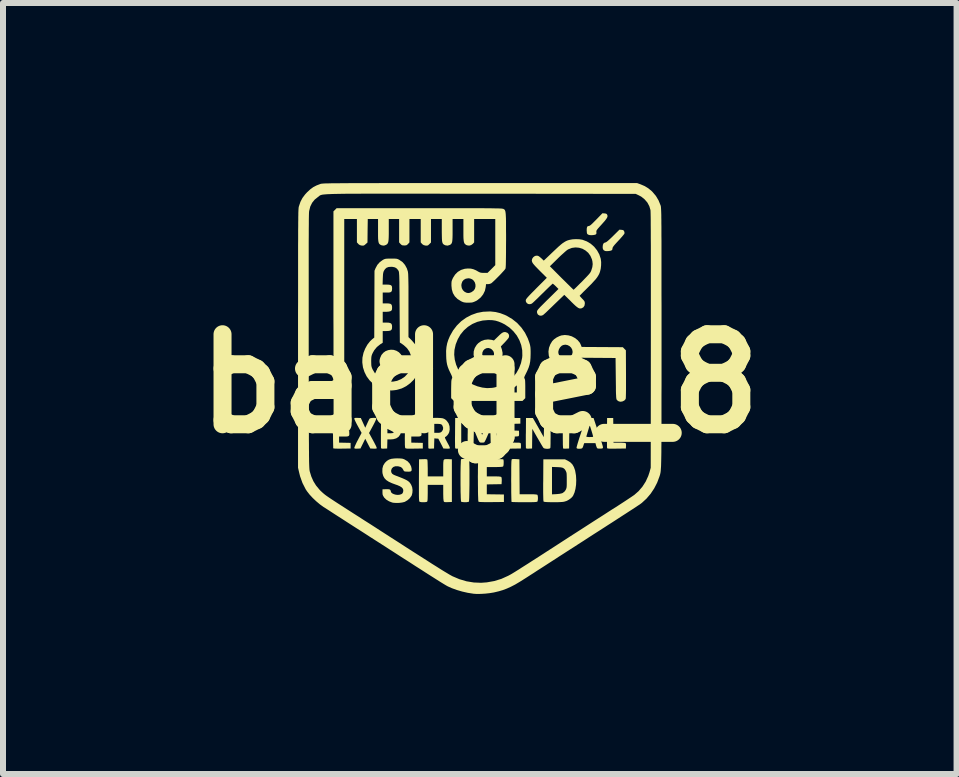
<source format=kicad_pcb>
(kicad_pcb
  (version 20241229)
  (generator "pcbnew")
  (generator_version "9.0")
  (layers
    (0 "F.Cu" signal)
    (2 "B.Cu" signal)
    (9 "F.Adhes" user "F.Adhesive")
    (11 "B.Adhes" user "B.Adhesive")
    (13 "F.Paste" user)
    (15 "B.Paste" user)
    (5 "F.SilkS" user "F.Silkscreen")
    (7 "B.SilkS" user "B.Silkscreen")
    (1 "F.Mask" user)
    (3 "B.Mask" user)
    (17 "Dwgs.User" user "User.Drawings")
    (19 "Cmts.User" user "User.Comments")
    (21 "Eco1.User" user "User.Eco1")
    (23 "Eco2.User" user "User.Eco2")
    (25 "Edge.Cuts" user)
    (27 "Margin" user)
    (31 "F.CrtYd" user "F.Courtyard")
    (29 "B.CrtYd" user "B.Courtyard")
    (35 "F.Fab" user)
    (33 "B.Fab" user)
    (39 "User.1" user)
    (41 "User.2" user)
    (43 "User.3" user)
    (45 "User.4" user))
  (footprint "badge_8"
    (layer "F.Cu")
    (at 4.943 3.34)
    (property "Reference" "badge_8" (at 0 0 0) (layer "F.SilkS") (effects (font (size 1.5 1.5) (thickness 0.3))))
    (attr board_only exclude_from_pos_files exclude_from_bom)
    (fp_poly (pts (xy -0.309 0.828) (xy -0.309 1.082) (xy -0.358 1.084) (xy -0.388 1.085) (xy -0.405 1.081) (xy -0.41 1.077) (xy -0.411 1.066) (xy -0.412 1.043) (xy -0.412 1.007) (xy -0.413 0.962) (xy -0.413 0.909) (xy -0.412 0.851) (xy -0.412 0.82) (xy -0.41 0.574) (xy -0.359 0.574) (xy -0.309 0.574)) (stroke (width 0) (type solid)) (fill yes) (layer "F.SilkS"))
    (fp_poly (pts (xy 1.44 0.572) (xy 1.629 0.574) (xy 1.629 0.621) (xy 1.629 0.668) (xy 1.561 0.67) (xy 1.493 0.673) (xy 1.49 0.877) (xy 1.488 1.082) (xy 1.441 1.084) (xy 1.415 1.085) (xy 1.396 1.083) (xy 1.388 1.081) (xy 1.387 1.072) (xy 1.386 1.05) (xy 1.384 1.016) (xy 1.384 0.973) (xy 1.383 0.922) (xy 1.383 0.874) (xy 1.383 0.672) (xy 1.32 0.672) (xy 1.286 0.671) (xy 1.265 0.667) (xy 1.253 0.657) (xy 1.248 0.638) (xy 1.248 0.607) (xy 1.249 0.592) (xy 1.25 0.57)) (stroke (width 0) (type solid)) (fill yes) (layer "F.SilkS"))
    (fp_poly (pts (xy -1.433 -0.561) (xy -1.388 -0.546) (xy -1.347 -0.521) (xy -1.313 -0.485) (xy -1.291 -0.446) (xy -1.282 -0.414) (xy -1.28 -0.374) (xy -1.282 -0.334) (xy -1.29 -0.3) (xy -1.292 -0.296) (xy -1.319 -0.252) (xy -1.357 -0.216) (xy -1.401 -0.191) (xy -1.45 -0.177) (xy -1.501 -0.177) (xy -1.518 -0.18) (xy -1.569 -0.2) (xy -1.611 -0.232) (xy -1.643 -0.274) (xy -1.66 -0.313) (xy -1.668 -0.346) (xy -1.671 -0.372) (xy -1.668 -0.397) (xy -1.66 -0.427) (xy -1.639 -0.475) (xy -1.608 -0.512) (xy -1.57 -0.54) (xy -1.526 -0.557) (xy -1.48 -0.564)) (stroke (width 0) (type solid)) (fill yes) (layer "F.SilkS"))
    (fp_poly (pts (xy 2.225 0.779) (xy 2.227 0.984) (xy 2.323 0.985) (xy 2.36 0.985) (xy 2.393 0.987) (xy 2.417 0.989) (xy 2.428 0.991) (xy 2.428 0.991) (xy 2.435 1.004) (xy 2.437 1.03) (xy 2.436 1.04) (xy 2.434 1.082) (xy 2.279 1.084) (xy 2.224 1.085) (xy 2.182 1.085) (xy 2.153 1.084) (xy 2.134 1.082) (xy 2.124 1.079) (xy 2.121 1.076) (xy 2.12 1.066) (xy 2.119 1.043) (xy 2.119 1.007) (xy 2.119 0.962) (xy 2.119 0.909) (xy 2.119 0.851) (xy 2.119 0.82) (xy 2.121 0.574) (xy 2.172 0.574) (xy 2.223 0.574)) (stroke (width 0) (type solid)) (fill yes) (layer "F.SilkS"))
    (fp_poly (pts (xy 2.361 -2.561) (xy 2.384 -2.558) (xy 2.397 -2.55) (xy 2.405 -2.537) (xy 2.411 -2.516) (xy 2.41 -2.499) (xy 2.403 -2.488) (xy 2.387 -2.468) (xy 2.364 -2.441) (xy 2.336 -2.409) (xy 2.308 -2.379) (xy 2.272 -2.34) (xy 2.246 -2.311) (xy 2.229 -2.29) (xy 2.218 -2.273) (xy 2.212 -2.261) (xy 2.211 -2.251) (xy 2.206 -2.228) (xy 2.195 -2.219) (xy 2.175 -2.212) (xy 2.147 -2.208) (xy 2.117 -2.206) (xy 2.093 -2.208) (xy 2.09 -2.208) (xy 2.065 -2.221) (xy 2.051 -2.242) (xy 2.047 -2.273) (xy 2.051 -2.311) (xy 2.063 -2.337) (xy 2.083 -2.349) (xy 2.09 -2.35) (xy 2.102 -2.354) (xy 2.117 -2.364) (xy 2.138 -2.381) (xy 2.167 -2.407) (xy 2.204 -2.442) (xy 2.22 -2.458) (xy 2.327 -2.564)) (stroke (width 0) (type solid)) (fill yes) (layer "F.SilkS"))
    (fp_poly (pts (xy -0.955 0.619) (xy -0.957 0.668) (xy -1.049 0.67) (xy -1.141 0.672) (xy -1.141 0.727) (xy -1.141 0.781) (xy -1.057 0.783) (xy -0.973 0.785) (xy -0.97 0.823) (xy -0.97 0.848) (xy -0.974 0.865) (xy -0.984 0.875) (xy -1.004 0.881) (xy -1.035 0.883) (xy -1.064 0.883) (xy -1.141 0.883) (xy -1.141 0.933) (xy -1.141 0.984) (xy -1.045 0.986) (xy -0.949 0.988) (xy -0.949 1.035) (xy -0.949 1.082) (xy -1.091 1.084) (xy -1.143 1.085) (xy -1.182 1.085) (xy -1.21 1.084) (xy -1.228 1.081) (xy -1.238 1.078) (xy -1.241 1.075) (xy -1.244 1.067) (xy -1.246 1.048) (xy -1.248 1.017) (xy -1.248 0.975) (xy -1.249 0.918) (xy -1.248 0.848) (xy -1.248 0.819) (xy -1.246 0.574) (xy -1.099 0.572) (xy -0.952 0.57)) (stroke (width 0) (type solid)) (fill yes) (layer "F.SilkS"))
    (fp_poly (pts (xy 2.078 -2.835) (xy 2.102 -2.831) (xy 2.115 -2.824) (xy 2.123 -2.811) (xy 2.128 -2.796) (xy 2.127 -2.781) (xy 2.12 -2.762) (xy 2.105 -2.739) (xy 2.082 -2.709) (xy 2.049 -2.672) (xy 2.025 -2.645) (xy 1.993 -2.61) (xy 1.97 -2.584) (xy 1.955 -2.565) (xy 1.946 -2.551) (xy 1.942 -2.54) (xy 1.942 -2.53) (xy 1.943 -2.523) (xy 1.943 -2.499) (xy 1.935 -2.486) (xy 1.918 -2.479) (xy 1.892 -2.474) (xy 1.862 -2.472) (xy 1.833 -2.473) (xy 1.817 -2.477) (xy 1.8 -2.484) (xy 1.789 -2.495) (xy 1.784 -2.513) (xy 1.782 -2.541) (xy 1.781 -2.555) (xy 1.783 -2.59) (xy 1.789 -2.611) (xy 1.8 -2.622) (xy 1.819 -2.625) (xy 1.829 -2.629) (xy 1.846 -2.64) (xy 1.869 -2.66) (xy 1.9 -2.691) (xy 1.94 -2.731) (xy 2.043 -2.837)) (stroke (width 0) (type solid)) (fill yes) (layer "F.SilkS"))
    (fp_poly (pts (xy -0.245 1.256) (xy -0.217 1.258) (xy -0.194 1.261) (xy -0.18 1.266) (xy -0.179 1.267) (xy -0.177 1.278) (xy -0.175 1.302) (xy -0.174 1.338) (xy -0.173 1.383) (xy -0.172 1.436) (xy -0.172 1.495) (xy -0.172 1.557) (xy -0.172 1.622) (xy -0.172 1.686) (xy -0.173 1.748) (xy -0.174 1.806) (xy -0.175 1.858) (xy -0.176 1.902) (xy -0.178 1.937) (xy -0.179 1.959) (xy -0.181 1.967) (xy -0.194 1.972) (xy -0.219 1.976) (xy -0.246 1.977) (xy -0.278 1.975) (xy -0.301 1.972) (xy -0.311 1.967) (xy -0.313 1.957) (xy -0.315 1.934) (xy -0.317 1.899) (xy -0.318 1.854) (xy -0.32 1.801) (xy -0.32 1.743) (xy -0.321 1.681) (xy -0.321 1.616) (xy -0.321 1.552) (xy -0.321 1.489) (xy -0.32 1.43) (xy -0.319 1.377) (xy -0.317 1.332) (xy -0.316 1.296) (xy -0.314 1.272) (xy -0.312 1.261) (xy -0.311 1.261) (xy -0.297 1.257) (xy -0.273 1.256)) (stroke (width 0) (type solid)) (fill yes) (layer "F.SilkS"))
    (fp_poly (pts (xy 0.676 0.621) (xy 0.676 0.668) (xy 0.584 0.67) (xy 0.492 0.672) (xy 0.492 0.727) (xy 0.492 0.781) (xy 0.572 0.783) (xy 0.652 0.785) (xy 0.655 0.827) (xy 0.654 0.858) (xy 0.649 0.874) (xy 0.647 0.876) (xy 0.635 0.879) (xy 0.612 0.881) (xy 0.581 0.883) (xy 0.564 0.883) (xy 0.492 0.883) (xy 0.492 0.934) (xy 0.492 0.984) (xy 0.586 0.984) (xy 0.625 0.985) (xy 0.652 0.985) (xy 0.668 0.987) (xy 0.678 0.99) (xy 0.682 0.996) (xy 0.684 1.003) (xy 0.686 1.023) (xy 0.686 1.048) (xy 0.686 1.052) (xy 0.684 1.082) (xy 0.537 1.084) (xy 0.483 1.085) (xy 0.443 1.085) (xy 0.415 1.083) (xy 0.397 1.081) (xy 0.388 1.078) (xy 0.386 1.076) (xy 0.386 1.066) (xy 0.385 1.043) (xy 0.384 1.007) (xy 0.384 0.962) (xy 0.384 0.909) (xy 0.384 0.851) (xy 0.385 0.82) (xy 0.387 0.574) (xy 0.531 0.574) (xy 0.676 0.574)) (stroke (width 0) (type solid)) (fill yes) (layer "F.SilkS"))
    (fp_poly (pts (xy 0.6 1.258) (xy 0.603 1.258) (xy 0.66 1.262) (xy 0.662 1.553) (xy 0.664 1.844) (xy 0.807 1.844) (xy 0.865 1.844) (xy 0.908 1.845) (xy 0.937 1.848) (xy 0.955 1.851) (xy 0.959 1.853) (xy 0.965 1.866) (xy 0.968 1.889) (xy 0.969 1.91) (xy 0.967 1.938) (xy 0.963 1.959) (xy 0.959 1.967) (xy 0.951 1.97) (xy 0.933 1.973) (xy 0.904 1.975) (xy 0.863 1.976) (xy 0.808 1.976) (xy 0.742 1.977) (xy 0.686 1.976) (xy 0.636 1.976) (xy 0.593 1.975) (xy 0.559 1.974) (xy 0.537 1.973) (xy 0.529 1.971) (xy 0.528 1.963) (xy 0.527 1.94) (xy 0.526 1.905) (xy 0.525 1.859) (xy 0.524 1.804) (xy 0.524 1.741) (xy 0.524 1.672) (xy 0.523 1.616) (xy 0.524 1.532) (xy 0.524 1.461) (xy 0.524 1.404) (xy 0.525 1.358) (xy 0.526 1.323) (xy 0.527 1.297) (xy 0.529 1.279) (xy 0.531 1.268) (xy 0.533 1.262) (xy 0.535 1.26) (xy 0.548 1.258) (xy 0.571 1.257)) (stroke (width 0) (type solid)) (fill yes) (layer "F.SilkS"))
    (fp_poly (pts (xy 1.152 0.572) (xy 1.169 0.576) (xy 1.173 0.58) (xy 1.175 0.59) (xy 1.176 0.613) (xy 1.177 0.647) (xy 1.178 0.69) (xy 1.179 0.739) (xy 1.179 0.792) (xy 1.18 0.846) (xy 1.18 0.9) (xy 1.179 0.95) (xy 1.179 0.995) (xy 1.178 1.032) (xy 1.177 1.059) (xy 1.175 1.073) (xy 1.175 1.074) (xy 1.165 1.082) (xy 1.144 1.086) (xy 1.118 1.087) (xy 1.092 1.084) (xy 1.071 1.079) (xy 1.061 1.072) (xy 1.054 1.062) (xy 1.04 1.04) (xy 1.021 1.008) (xy 0.999 0.97) (xy 0.974 0.927) (xy 0.962 0.907) (xy 0.875 0.754) (xy 0.873 0.918) (xy 0.871 1.082) (xy 0.822 1.084) (xy 0.792 1.085) (xy 0.775 1.081) (xy 0.769 1.077) (xy 0.768 1.066) (xy 0.768 1.043) (xy 0.767 1.007) (xy 0.767 0.962) (xy 0.767 0.909) (xy 0.767 0.851) (xy 0.768 0.82) (xy 0.77 0.574) (xy 0.827 0.574) (xy 0.885 0.574) (xy 0.976 0.733) (xy 1.066 0.893) (xy 1.07 0.733) (xy 1.074 0.574) (xy 1.12 0.572)) (stroke (width 0) (type solid)) (fill yes) (layer "F.SilkS"))
    (fp_poly (pts (xy -2.334 0.572) (xy -2.299 0.572) (xy -2.152 0.574) (xy -2.15 0.612) (xy -2.149 0.636) (xy -2.152 0.652) (xy -2.162 0.663) (xy -2.179 0.669) (xy -2.207 0.671) (xy -2.249 0.672) (xy -2.255 0.672) (xy -2.344 0.672) (xy -2.344 0.726) (xy -2.344 0.781) (xy -2.26 0.783) (xy -2.176 0.785) (xy -2.174 0.823) (xy -2.173 0.848) (xy -2.177 0.865) (xy -2.187 0.875) (xy -2.207 0.881) (xy -2.238 0.883) (xy -2.267 0.883) (xy -2.344 0.883) (xy -2.344 0.933) (xy -2.344 0.984) (xy -2.248 0.986) (xy -2.152 0.988) (xy -2.152 1.035) (xy -2.152 1.082) (xy -2.294 1.084) (xy -2.34 1.085) (xy -2.38 1.084) (xy -2.412 1.083) (xy -2.433 1.081) (xy -2.441 1.079) (xy -2.442 1.071) (xy -2.442 1.049) (xy -2.443 1.016) (xy -2.444 0.973) (xy -2.445 0.925) (xy -2.445 0.872) (xy -2.446 0.816) (xy -2.446 0.761) (xy -2.446 0.708) (xy -2.446 0.66) (xy -2.446 0.619) (xy -2.446 0.586) (xy -2.446 0.58) (xy -2.442 0.576) (xy -2.431 0.574) (xy -2.41 0.572) (xy -2.379 0.572)) (stroke (width 0) (type solid)) (fill yes) (layer "F.SilkS"))
    (fp_poly (pts (xy -1.465 0.571) (xy -1.443 0.573) (xy -1.426 0.576) (xy -1.411 0.582) (xy -1.394 0.59) (xy -1.39 0.592) (xy -1.351 0.621) (xy -1.323 0.659) (xy -1.308 0.707) (xy -1.305 0.746) (xy -1.31 0.804) (xy -1.327 0.852) (xy -1.354 0.888) (xy -1.392 0.913) (xy -1.441 0.927) (xy -1.482 0.93) (xy -1.539 0.93) (xy -1.541 1.006) (xy -1.543 1.082) (xy -1.592 1.084) (xy -1.622 1.085) (xy -1.639 1.081) (xy -1.645 1.077) (xy -1.646 1.066) (xy -1.646 1.043) (xy -1.647 1.007) (xy -1.647 0.962) (xy -1.647 0.909) (xy -1.647 0.851) (xy -1.647 0.82) (xy -1.646 0.75) (xy -1.539 0.75) (xy -1.539 0.828) (xy -1.493 0.828) (xy -1.466 0.827) (xy -1.449 0.824) (xy -1.437 0.815) (xy -1.43 0.807) (xy -1.419 0.79) (xy -1.415 0.772) (xy -1.416 0.745) (xy -1.416 0.743) (xy -1.422 0.709) (xy -1.436 0.687) (xy -1.458 0.676) (xy -1.493 0.672) (xy -1.497 0.672) (xy -1.539 0.672) (xy -1.539 0.75) (xy -1.646 0.75) (xy -1.645 0.574) (xy -1.539 0.572) (xy -1.496 0.571)) (stroke (width 0) (type solid)) (fill yes) (layer "F.SilkS"))
    (fp_poly (pts (xy -1.732 0.574) (xy -1.725 0.577) (xy -1.723 0.583) (xy -1.727 0.595) (xy -1.735 0.614) (xy -1.748 0.642) (xy -1.767 0.679) (xy -1.793 0.728) (xy -1.826 0.789) (xy -1.828 0.793) (xy -1.845 0.824) (xy -1.777 0.948) (xy -1.75 0.999) (xy -1.73 1.038) (xy -1.719 1.064) (xy -1.716 1.078) (xy -1.717 1.079) (xy -1.728 1.083) (xy -1.75 1.085) (xy -1.774 1.084) (xy -1.824 1.082) (xy -1.866 1.001) (xy -1.908 0.919) (xy -1.948 1.001) (xy -1.988 1.082) (xy -2.037 1.084) (xy -2.066 1.085) (xy -2.082 1.082) (xy -2.09 1.076) (xy -2.091 1.075) (xy -2.089 1.064) (xy -2.08 1.042) (xy -2.066 1.01) (xy -2.048 0.972) (xy -2.032 0.942) (xy -1.969 0.822) (xy -2.032 0.708) (xy -2.055 0.665) (xy -2.073 0.629) (xy -2.085 0.602) (xy -2.091 0.585) (xy -2.091 0.582) (xy -2.085 0.575) (xy -2.072 0.572) (xy -2.047 0.571) (xy -2.034 0.572) (xy -1.982 0.574) (xy -1.945 0.655) (xy -1.908 0.736) (xy -1.876 0.667) (xy -1.862 0.636) (xy -1.849 0.609) (xy -1.84 0.591) (xy -1.837 0.586) (xy -1.826 0.579) (xy -1.805 0.574) (xy -1.779 0.572) (xy -1.753 0.571)) (stroke (width 0) (type solid)) (fill yes) (layer "F.SilkS"))
    (fp_poly (pts (xy -0.527 1.259) (xy -0.465 1.262) (xy -0.465 1.617) (xy -0.465 1.973) (xy -0.529 1.975) (xy -0.561 1.976) (xy -0.581 1.975) (xy -0.592 1.972) (xy -0.598 1.966) (xy -0.602 1.957) (xy -0.604 1.942) (xy -0.607 1.915) (xy -0.608 1.879) (xy -0.609 1.837) (xy -0.609 1.812) (xy -0.609 1.688) (xy -0.738 1.688) (xy -0.867 1.688) (xy -0.867 1.823) (xy -0.868 1.879) (xy -0.869 1.921) (xy -0.871 1.949) (xy -0.875 1.964) (xy -0.877 1.967) (xy -0.89 1.973) (xy -0.914 1.976) (xy -0.942 1.977) (xy -0.97 1.976) (xy -0.994 1.972) (xy -1.007 1.966) (xy -1.007 1.966) (xy -1.009 1.958) (xy -1.011 1.94) (xy -1.013 1.91) (xy -1.014 1.868) (xy -1.014 1.813) (xy -1.014 1.745) (xy -1.014 1.663) (xy -1.014 1.609) (xy -1.012 1.262) (xy -0.946 1.26) (xy -0.91 1.259) (xy -0.887 1.261) (xy -0.875 1.266) (xy -0.874 1.267) (xy -0.872 1.278) (xy -0.87 1.302) (xy -0.869 1.336) (xy -0.868 1.377) (xy -0.867 1.412) (xy -0.867 1.547) (xy -0.738 1.547) (xy -0.609 1.547) (xy -0.609 1.416) (xy -0.609 1.361) (xy -0.608 1.32) (xy -0.605 1.292) (xy -0.602 1.275) (xy -0.599 1.271) (xy -0.592 1.264) (xy -0.579 1.26) (xy -0.558 1.259)) (stroke (width 0) (type solid)) (fill yes) (layer "F.SilkS"))
    (fp_poly (pts (xy -0.653 0.574) (xy -0.621 0.578) (xy -0.595 0.587) (xy -0.573 0.6) (xy -0.553 0.618) (xy -0.55 0.621) (xy -0.52 0.663) (xy -0.504 0.711) (xy -0.501 0.765) (xy -0.509 0.808) (xy -0.52 0.833) (xy -0.538 0.859) (xy -0.559 0.88) (xy -0.578 0.892) (xy -0.581 0.897) (xy -0.578 0.909) (xy -0.568 0.931) (xy -0.551 0.963) (xy -0.54 0.984) (xy -0.518 1.024) (xy -0.504 1.054) (xy -0.498 1.073) (xy -0.498 1.079) (xy -0.509 1.083) (xy -0.531 1.085) (xy -0.556 1.084) (xy -0.606 1.082) (xy -0.648 1) (xy -0.691 0.918) (xy -0.724 0.916) (xy -0.757 0.913) (xy -0.76 0.998) (xy -0.762 1.082) (xy -0.807 1.084) (xy -0.836 1.085) (xy -0.852 1.081) (xy -0.856 1.077) (xy -0.857 1.066) (xy -0.857 1.043) (xy -0.858 1.007) (xy -0.858 0.962) (xy -0.858 0.909) (xy -0.858 0.851) (xy -0.858 0.82) (xy -0.857 0.746) (xy -0.758 0.746) (xy -0.758 0.82) (xy -0.706 0.82) (xy -0.678 0.82) (xy -0.659 0.816) (xy -0.645 0.809) (xy -0.632 0.798) (xy -0.614 0.769) (xy -0.61 0.737) (xy -0.621 0.704) (xy -0.631 0.688) (xy -0.643 0.679) (xy -0.662 0.674) (xy -0.691 0.672) (xy -0.708 0.672) (xy -0.758 0.672) (xy -0.758 0.746) (xy -0.857 0.746) (xy -0.856 0.574) (xy -0.752 0.572) (xy -0.696 0.572)) (stroke (width 0) (type solid)) (fill yes) (layer "F.SilkS"))
    (fp_poly (pts (xy 0.433 -0.856) (xy 0.463 -0.844) (xy 0.482 -0.822) (xy 0.489 -0.795) (xy 0.484 -0.769) (xy 0.476 -0.755) (xy 0.458 -0.733) (xy 0.435 -0.707) (xy 0.413 -0.683) (xy 0.351 -0.619) (xy 0.368 -0.569) (xy 0.38 -0.511) (xy 0.378 -0.454) (xy 0.363 -0.4) (xy 0.336 -0.352) (xy 0.299 -0.312) (xy 0.252 -0.281) (xy 0.197 -0.261) (xy 0.152 -0.254) (xy 0.121 -0.253) (xy 0.094 -0.254) (xy 0.078 -0.257) (xy 0.026 -0.281) (xy -0.02 -0.315) (xy -0.059 -0.357) (xy -0.086 -0.403) (xy -0.09 -0.416) (xy -0.103 -0.477) (xy -0.103 -0.484) (xy 0.041 -0.484) (xy 0.041 -0.482) (xy 0.053 -0.447) (xy 0.075 -0.42) (xy 0.105 -0.402) (xy 0.139 -0.396) (xy 0.174 -0.402) (xy 0.195 -0.413) (xy 0.222 -0.44) (xy 0.236 -0.472) (xy 0.237 -0.506) (xy 0.226 -0.539) (xy 0.202 -0.567) (xy 0.178 -0.583) (xy 0.144 -0.593) (xy 0.111 -0.589) (xy 0.081 -0.574) (xy 0.058 -0.55) (xy 0.044 -0.519) (xy 0.041 -0.484) (xy -0.103 -0.484) (xy -0.101 -0.536) (xy -0.084 -0.592) (xy -0.053 -0.643) (xy -0.026 -0.672) (xy 0.023 -0.707) (xy 0.079 -0.728) (xy 0.138 -0.735) (xy 0.199 -0.728) (xy 0.206 -0.726) (xy 0.236 -0.718) (xy 0.304 -0.784) (xy 0.337 -0.816) (xy 0.363 -0.838) (xy 0.384 -0.851) (xy 0.402 -0.857) (xy 0.421 -0.858)) (stroke (width 0) (type solid)) (fill yes) (layer "F.SilkS"))
    (fp_poly (pts (xy 1.974 0.809) (xy 1.994 0.867) (xy 2.012 0.921) (xy 2.027 0.969) (xy 2.039 1.01) (xy 2.048 1.04) (xy 2.052 1.058) (xy 2.052 1.063) (xy 2.05 1.074) (xy 2.043 1.08) (xy 2.026 1.083) (xy 2.009 1.084) (xy 1.984 1.084) (xy 1.964 1.081) (xy 1.957 1.078) (xy 1.949 1.066) (xy 1.941 1.044) (xy 1.937 1.031) (xy 1.927 0.992) (xy 1.838 0.992) (xy 1.803 0.992) (xy 1.773 0.992) (xy 1.752 0.992) (xy 1.744 0.991) (xy 1.739 0.997) (xy 1.732 1.014) (xy 1.728 1.028) (xy 1.718 1.058) (xy 1.708 1.075) (xy 1.693 1.083) (xy 1.67 1.086) (xy 1.659 1.086) (xy 1.632 1.085) (xy 1.618 1.08) (xy 1.612 1.073) (xy 1.613 1.062) (xy 1.619 1.038) (xy 1.629 1.002) (xy 1.643 0.956) (xy 1.66 0.901) (xy 1.667 0.881) (xy 1.775 0.881) (xy 1.778 0.886) (xy 1.791 0.889) (xy 1.817 0.891) (xy 1.831 0.891) (xy 1.861 0.89) (xy 1.879 0.889) (xy 1.887 0.886) (xy 1.888 0.879) (xy 1.886 0.873) (xy 1.882 0.858) (xy 1.875 0.832) (xy 1.865 0.799) (xy 1.857 0.774) (xy 1.832 0.694) (xy 1.805 0.782) (xy 1.794 0.818) (xy 1.785 0.849) (xy 1.778 0.871) (xy 1.775 0.881) (xy 1.667 0.881) (xy 1.681 0.839) (xy 1.688 0.817) (xy 1.77 0.574) (xy 1.832 0.574) (xy 1.895 0.574)) (stroke (width 0) (type solid)) (fill yes) (layer "F.SilkS"))
    (fp_poly (pts (xy 1.463 1.284) (xy 1.507 1.311) (xy 1.542 1.346) (xy 1.568 1.391) (xy 1.588 1.447) (xy 1.6 1.515) (xy 1.603 1.535) (xy 1.607 1.611) (xy 1.604 1.686) (xy 1.594 1.755) (xy 1.578 1.816) (xy 1.556 1.866) (xy 1.548 1.879) (xy 1.521 1.908) (xy 1.484 1.935) (xy 1.442 1.957) (xy 1.405 1.968) (xy 1.381 1.972) (xy 1.348 1.974) (xy 1.307 1.976) (xy 1.262 1.977) (xy 1.216 1.977) (xy 1.171 1.976) (xy 1.131 1.975) (xy 1.097 1.973) (xy 1.074 1.97) (xy 1.063 1.966) (xy 1.061 1.958) (xy 1.059 1.94) (xy 1.058 1.91) (xy 1.057 1.868) (xy 1.056 1.813) (xy 1.056 1.745) (xy 1.056 1.663) (xy 1.057 1.618) (xy 1.203 1.618) (xy 1.203 1.846) (xy 1.277 1.842) (xy 1.328 1.837) (xy 1.365 1.829) (xy 1.381 1.823) (xy 1.411 1.8) (xy 1.43 1.774) (xy 1.437 1.759) (xy 1.442 1.746) (xy 1.446 1.73) (xy 1.448 1.709) (xy 1.449 1.68) (xy 1.449 1.64) (xy 1.449 1.613) (xy 1.449 1.565) (xy 1.448 1.529) (xy 1.447 1.503) (xy 1.444 1.484) (xy 1.439 1.47) (xy 1.434 1.458) (xy 1.419 1.432) (xy 1.402 1.415) (xy 1.381 1.403) (xy 1.351 1.396) (xy 1.311 1.393) (xy 1.289 1.392) (xy 1.203 1.389) (xy 1.203 1.618) (xy 1.057 1.618) (xy 1.057 1.609) (xy 1.059 1.262) (xy 1.238 1.262) (xy 1.418 1.262)) (stroke (width 0) (type solid)) (fill yes) (layer "F.SilkS"))
    (fp_poly (pts (xy 0.183 1.257) (xy 0.238 1.257) (xy 0.287 1.258) (xy 0.329 1.259) (xy 0.362 1.26) (xy 0.384 1.261) (xy 0.391 1.262) (xy 0.395 1.272) (xy 0.398 1.293) (xy 0.398 1.319) (xy 0.397 1.346) (xy 0.394 1.368) (xy 0.389 1.381) (xy 0.389 1.381) (xy 0.379 1.385) (xy 0.356 1.388) (xy 0.32 1.39) (xy 0.27 1.391) (xy 0.248 1.391) (xy 0.117 1.391) (xy 0.117 1.469) (xy 0.117 1.547) (xy 0.233 1.547) (xy 0.281 1.547) (xy 0.316 1.548) (xy 0.339 1.551) (xy 0.352 1.554) (xy 0.359 1.558) (xy 0.364 1.573) (xy 0.366 1.599) (xy 0.366 1.622) (xy 0.363 1.676) (xy 0.24 1.678) (xy 0.117 1.68) (xy 0.117 1.762) (xy 0.117 1.844) (xy 0.26 1.846) (xy 0.402 1.848) (xy 0.402 1.91) (xy 0.402 1.973) (xy 0.195 1.975) (xy 0.128 1.975) (xy 0.075 1.975) (xy 0.034 1.974) (xy 0.006 1.973) (xy -0.012 1.971) (xy -0.021 1.968) (xy -0.022 1.967) (xy -0.024 1.958) (xy -0.026 1.935) (xy -0.027 1.9) (xy -0.029 1.855) (xy -0.03 1.802) (xy -0.03 1.744) (xy -0.031 1.681) (xy -0.031 1.617) (xy -0.032 1.553) (xy -0.031 1.49) (xy -0.031 1.432) (xy -0.03 1.379) (xy -0.029 1.335) (xy -0.028 1.3) (xy -0.026 1.276) (xy -0.024 1.267) (xy -0.019 1.263) (xy -0.008 1.261) (xy 0.011 1.259) (xy 0.039 1.258) (xy 0.079 1.257) (xy 0.131 1.257)) (stroke (width 0) (type solid)) (fill yes) (layer "F.SilkS"))
    (fp_poly (pts (xy 0.25 0.571) (xy 0.266 0.573) (xy 0.274 0.579) (xy 0.277 0.588) (xy 0.278 0.6) (xy 0.279 0.626) (xy 0.28 0.663) (xy 0.28 0.709) (xy 0.28 0.763) (xy 0.28 0.821) (xy 0.28 0.844) (xy 0.277 1.082) (xy 0.23 1.082) (xy 0.184 1.082) (xy 0.18 0.919) (xy 0.176 0.757) (xy 0.13 0.866) (xy 0.113 0.905) (xy 0.098 0.938) (xy 0.085 0.963) (xy 0.075 0.978) (xy 0.073 0.98) (xy 0.058 0.983) (xy 0.035 0.984) (xy 0.031 0.984) (xy 0.017 0.984) (xy 0.006 0.981) (xy -0.004 0.974) (xy -0.013 0.961) (xy -0.025 0.939) (xy -0.039 0.907) (xy -0.057 0.863) (xy -0.06 0.856) (xy -0.098 0.764) (xy -0.102 0.923) (xy -0.105 1.082) (xy -0.15 1.084) (xy -0.18 1.085) (xy -0.196 1.081) (xy -0.199 1.077) (xy -0.2 1.066) (xy -0.201 1.043) (xy -0.202 1.007) (xy -0.202 0.962) (xy -0.202 0.909) (xy -0.202 0.851) (xy -0.201 0.82) (xy -0.199 0.574) (xy -0.15 0.572) (xy -0.122 0.572) (xy -0.1 0.574) (xy -0.09 0.578) (xy -0.084 0.588) (xy -0.073 0.609) (xy -0.058 0.64) (xy -0.04 0.678) (xy -0.022 0.719) (xy -0.004 0.761) (xy 0.012 0.797) (xy 0.026 0.826) (xy 0.035 0.845) (xy 0.039 0.852) (xy 0.043 0.845) (xy 0.053 0.826) (xy 0.066 0.797) (xy 0.082 0.761) (xy 0.097 0.726) (xy 0.116 0.684) (xy 0.133 0.646) (xy 0.147 0.615) (xy 0.157 0.594) (xy 0.162 0.586) (xy 0.171 0.577) (xy 0.186 0.572) (xy 0.21 0.57) (xy 0.223 0.57)) (stroke (width 0) (type solid)) (fill yes) (layer "F.SilkS"))
    (fp_poly (pts (xy 1.476 -0.803) (xy 1.532 -0.787) (xy 1.585 -0.759) (xy 1.63 -0.724) (xy 1.666 -0.681) (xy 1.684 -0.644) (xy 1.697 -0.61) (xy 2.04 -0.608) (xy 2.383 -0.606) (xy 2.408 -0.58) (xy 2.434 -0.554) (xy 2.436 -0.156) (xy 2.436 -0.054) (xy 2.436 0.032) (xy 2.436 0.104) (xy 2.435 0.162) (xy 2.434 0.205) (xy 2.433 0.236) (xy 2.431 0.254) (xy 2.43 0.258) (xy 2.409 0.282) (xy 2.379 0.297) (xy 2.346 0.303) (xy 2.317 0.297) (xy 2.3 0.287) (xy 2.285 0.274) (xy 2.282 0.269) (xy 2.278 0.263) (xy 2.276 0.254) (xy 2.274 0.241) (xy 2.272 0.222) (xy 2.271 0.196) (xy 2.269 0.162) (xy 2.268 0.118) (xy 2.268 0.062) (xy 2.267 -0.006) (xy 2.266 -0.085) (xy 2.262 -0.426) (xy 1.979 -0.428) (xy 1.697 -0.43) (xy 1.679 -0.394) (xy 1.649 -0.35) (xy 1.607 -0.311) (xy 1.557 -0.278) (xy 1.502 -0.255) (xy 1.483 -0.25) (xy 1.419 -0.243) (xy 1.358 -0.25) (xy 1.301 -0.271) (xy 1.25 -0.303) (xy 1.207 -0.346) (xy 1.173 -0.399) (xy 1.151 -0.46) (xy 1.149 -0.471) (xy 1.146 -0.508) (xy 1.309 -0.508) (xy 1.322 -0.47) (xy 1.345 -0.44) (xy 1.376 -0.418) (xy 1.412 -0.408) (xy 1.448 -0.409) (xy 1.484 -0.423) (xy 1.485 -0.424) (xy 1.518 -0.453) (xy 1.539 -0.488) (xy 1.547 -0.524) (xy 1.547 -0.526) (xy 1.54 -0.565) (xy 1.522 -0.598) (xy 1.495 -0.624) (xy 1.462 -0.641) (xy 1.426 -0.648) (xy 1.39 -0.642) (xy 1.366 -0.631) (xy 1.339 -0.605) (xy 1.319 -0.572) (xy 1.309 -0.536) (xy 1.309 -0.508) (xy 1.146 -0.508) (xy 1.144 -0.533) (xy 1.153 -0.596) (xy 1.176 -0.656) (xy 1.207 -0.707) (xy 1.238 -0.738) (xy 1.279 -0.767) (xy 1.326 -0.79) (xy 1.36 -0.802) (xy 1.417 -0.809)) (stroke (width 0) (type solid)) (fill yes) (layer "F.SilkS"))
    (fp_poly (pts (xy -1.338 1.247) (xy -1.309 1.249) (xy -1.286 1.252) (xy -1.266 1.259) (xy -1.254 1.264) (xy -1.204 1.294) (xy -1.168 1.333) (xy -1.144 1.38) (xy -1.136 1.416) (xy -1.135 1.441) (xy -1.14 1.456) (xy -1.155 1.465) (xy -1.182 1.468) (xy -1.208 1.467) (xy -1.237 1.466) (xy -1.254 1.463) (xy -1.264 1.456) (xy -1.271 1.445) (xy -1.275 1.436) (xy -1.294 1.407) (xy -1.32 1.389) (xy -1.356 1.379) (xy -1.364 1.378) (xy -1.408 1.378) (xy -1.441 1.39) (xy -1.464 1.412) (xy -1.476 1.443) (xy -1.477 1.46) (xy -1.472 1.483) (xy -1.459 1.503) (xy -1.433 1.52) (xy -1.397 1.535) (xy -1.334 1.559) (xy -1.284 1.579) (xy -1.246 1.596) (xy -1.216 1.611) (xy -1.193 1.626) (xy -1.175 1.641) (xy -1.161 1.658) (xy -1.148 1.678) (xy -1.143 1.686) (xy -1.127 1.726) (xy -1.12 1.773) (xy -1.123 1.821) (xy -1.134 1.863) (xy -1.139 1.872) (xy -1.166 1.91) (xy -1.203 1.943) (xy -1.245 1.968) (xy -1.257 1.973) (xy -1.295 1.982) (xy -1.343 1.988) (xy -1.392 1.989) (xy -1.437 1.986) (xy -1.459 1.982) (xy -1.511 1.962) (xy -1.557 1.934) (xy -1.593 1.899) (xy -1.597 1.892) (xy -1.611 1.869) (xy -1.619 1.848) (xy -1.621 1.822) (xy -1.621 1.81) (xy -1.621 1.762) (xy -1.564 1.76) (xy -1.526 1.76) (xy -1.502 1.764) (xy -1.489 1.774) (xy -1.484 1.789) (xy -1.484 1.79) (xy -1.477 1.812) (xy -1.458 1.83) (xy -1.431 1.843) (xy -1.398 1.852) (xy -1.364 1.855) (xy -1.331 1.851) (xy -1.303 1.841) (xy -1.287 1.828) (xy -1.278 1.808) (xy -1.274 1.784) (xy -1.274 1.783) (xy -1.279 1.756) (xy -1.298 1.732) (xy -1.33 1.711) (xy -1.376 1.691) (xy -1.395 1.685) (xy -1.463 1.66) (xy -1.517 1.635) (xy -1.559 1.607) (xy -1.588 1.576) (xy -1.608 1.54) (xy -1.62 1.498) (xy -1.623 1.471) (xy -1.622 1.415) (xy -1.609 1.366) (xy -1.583 1.324) (xy -1.577 1.317) (xy -1.547 1.288) (xy -1.513 1.267) (xy -1.473 1.254) (xy -1.424 1.248) (xy -1.379 1.246)) (stroke (width 0) (type solid)) (fill yes) (layer "F.SilkS"))
    (fp_poly (pts (xy 0.18 -1.201) (xy 0.263 -1.192) (xy 0.34 -1.173) (xy 0.417 -1.144) (xy 0.449 -1.129) (xy 0.54 -1.075) (xy 0.622 -1.01) (xy 0.693 -0.933) (xy 0.753 -0.847) (xy 0.8 -0.753) (xy 0.825 -0.683) (xy 0.834 -0.654) (xy 0.84 -0.628) (xy 0.844 -0.603) (xy 0.846 -0.573) (xy 0.847 -0.535) (xy 0.847 -0.496) (xy 0.845 -0.427) (xy 0.84 -0.369) (xy 0.83 -0.317) (xy 0.814 -0.266) (xy 0.791 -0.212) (xy 0.774 -0.177) (xy 0.757 -0.143) (xy 0.746 -0.119) (xy 0.741 -0.104) (xy 0.741 -0.094) (xy 0.745 -0.085) (xy 0.746 -0.083) (xy 0.75 -0.074) (xy 0.754 -0.06) (xy 0.756 -0.037) (xy 0.757 -0.005) (xy 0.758 0.039) (xy 0.758 0.088) (xy 0.758 0.243) (xy 0.735 0.266) (xy 0.712 0.289) (xy 0.141 0.289) (xy -0.431 0.289) (xy -0.454 0.266) (xy -0.477 0.243) (xy -0.477 0.094) (xy -0.336 0.094) (xy -0.336 0.148) (xy -0.258 0.148) (xy -0.254 0.148) (xy 0.449 0.148) (xy 0.533 0.148) (xy 0.617 0.148) (xy 0.617 0.089) (xy 0.617 0.03) (xy 0.58 0.061) (xy 0.552 0.083) (xy 0.52 0.106) (xy 0.496 0.12) (xy 0.449 0.148) (xy -0.254 0.148) (xy -0.225 0.148) (xy -0.199 0.147) (xy -0.183 0.146) (xy -0.18 0.145) (xy -0.186 0.139) (xy -0.202 0.13) (xy -0.209 0.126) (xy -0.23 0.114) (xy -0.258 0.096) (xy -0.286 0.076) (xy -0.287 0.075) (xy -0.336 0.039) (xy -0.336 0.094) (xy -0.477 0.094) (xy -0.477 0.092) (xy -0.476 0.036) (xy -0.475 -0.007) (xy -0.474 -0.038) (xy -0.471 -0.06) (xy -0.467 -0.075) (xy -0.465 -0.081) (xy -0.46 -0.091) (xy -0.459 -0.101) (xy -0.462 -0.115) (xy -0.469 -0.134) (xy -0.482 -0.162) (xy -0.492 -0.182) (xy -0.516 -0.233) (xy -0.533 -0.277) (xy -0.545 -0.319) (xy -0.553 -0.363) (xy -0.558 -0.414) (xy -0.56 -0.469) (xy -0.56 -0.482) (xy -0.426 -0.482) (xy -0.417 -0.399) (xy -0.394 -0.314) (xy -0.359 -0.232) (xy -0.312 -0.152) (xy -0.256 -0.084) (xy -0.19 -0.029) (xy -0.114 0.016) (xy -0.039 0.046) (xy 0.043 0.067) (xy 0.121 0.076) (xy 0.201 0.072) (xy 0.236 0.067) (xy 0.325 0.044) (xy 0.406 0.009) (xy 0.481 -0.039) (xy 0.55 -0.101) (xy 0.552 -0.104) (xy 0.609 -0.175) (xy 0.654 -0.255) (xy 0.687 -0.342) (xy 0.706 -0.432) (xy 0.709 -0.466) (xy 0.707 -0.556) (xy 0.69 -0.642) (xy 0.659 -0.724) (xy 0.616 -0.801) (xy 0.56 -0.871) (xy 0.494 -0.933) (xy 0.417 -0.985) (xy 0.366 -1.011) (xy 0.312 -1.033) (xy 0.262 -1.048) (xy 0.21 -1.056) (xy 0.151 -1.058) (xy 0.141 -1.058) (xy 0.047 -1.05) (xy -0.041 -1.028) (xy -0.123 -0.993) (xy -0.198 -0.945) (xy -0.264 -0.887) (xy -0.321 -0.818) (xy -0.366 -0.74) (xy -0.401 -0.653) (xy -0.422 -0.56) (xy -0.426 -0.482) (xy -0.56 -0.482) (xy -0.561 -0.545) (xy -0.555 -0.61) (xy -0.543 -0.671) (xy -0.524 -0.73) (xy -0.497 -0.793) (xy -0.445 -0.885) (xy -0.382 -0.967) (xy -0.31 -1.038) (xy -0.228 -1.097) (xy -0.14 -1.143) (xy -0.045 -1.177) (xy 0.054 -1.196) (xy 0.158 -1.201)) (stroke (width 0) (type solid)) (fill yes) (layer "F.SilkS"))
    (fp_poly (pts (xy 1.659 -2.404) (xy 1.709 -2.396) (xy 1.715 -2.394) (xy 1.784 -2.368) (xy 1.849 -2.329) (xy 1.906 -2.279) (xy 1.954 -2.219) (xy 1.991 -2.152) (xy 2.015 -2.08) (xy 2.016 -2.073) (xy 2.022 -2.024) (xy 2.021 -1.969) (xy 2.015 -1.913) (xy 2.003 -1.864) (xy 2.001 -1.858) (xy 1.99 -1.829) (xy 1.975 -1.801) (xy 1.957 -1.772) (xy 1.933 -1.74) (xy 1.901 -1.705) (xy 1.862 -1.662) (xy 1.812 -1.612) (xy 1.798 -1.598) (xy 1.761 -1.561) (xy 1.727 -1.528) (xy 1.7 -1.5) (xy 1.679 -1.479) (xy 1.667 -1.466) (xy 1.664 -1.462) (xy 1.669 -1.455) (xy 1.682 -1.44) (xy 1.701 -1.419) (xy 1.707 -1.413) (xy 1.729 -1.39) (xy 1.742 -1.373) (xy 1.748 -1.358) (xy 1.75 -1.34) (xy 1.75 -1.332) (xy 1.744 -1.297) (xy 1.725 -1.27) (xy 1.696 -1.254) (xy 1.692 -1.253) (xy 1.676 -1.251) (xy 1.66 -1.252) (xy 1.643 -1.259) (xy 1.622 -1.273) (xy 1.596 -1.294) (xy 1.564 -1.324) (xy 1.522 -1.365) (xy 1.519 -1.369) (xy 1.408 -1.478) (xy 1.235 -1.312) (xy 1.192 -1.27) (xy 1.152 -1.232) (xy 1.117 -1.198) (xy 1.088 -1.171) (xy 1.066 -1.152) (xy 1.054 -1.141) (xy 1.052 -1.14) (xy 1.021 -1.13) (xy 0.993 -1.134) (xy 0.968 -1.15) (xy 0.955 -1.176) (xy 0.953 -1.195) (xy 0.954 -1.204) (xy 0.956 -1.212) (xy 0.962 -1.222) (xy 0.972 -1.236) (xy 0.987 -1.253) (xy 1.009 -1.277) (xy 1.039 -1.307) (xy 1.077 -1.345) (xy 1.125 -1.393) (xy 1.132 -1.399) (xy 1.311 -1.576) (xy 1.267 -1.62) (xy 1.245 -1.641) (xy 1.227 -1.656) (xy 1.217 -1.664) (xy 1.215 -1.664) (xy 1.208 -1.659) (xy 1.192 -1.644) (xy 1.167 -1.621) (xy 1.135 -1.59) (xy 1.098 -1.554) (xy 1.058 -1.514) (xy 1.045 -1.502) (xy 1.003 -1.461) (xy 0.964 -1.422) (xy 0.929 -1.389) (xy 0.9 -1.361) (xy 0.879 -1.342) (xy 0.866 -1.332) (xy 0.865 -1.331) (xy 0.836 -1.322) (xy 0.807 -1.325) (xy 0.784 -1.34) (xy 0.769 -1.363) (xy 0.766 -1.384) (xy 0.767 -1.392) (xy 0.77 -1.401) (xy 0.778 -1.413) (xy 0.79 -1.429) (xy 0.808 -1.449) (xy 0.833 -1.476) (xy 0.867 -1.511) (xy 0.91 -1.554) (xy 0.941 -1.586) (xy 1.117 -1.762) (xy 1.003 -1.875) (xy 0.96 -1.919) (xy 0.927 -1.953) (xy 0.926 -1.954) (xy 1.168 -1.954) (xy 1.363 -1.758) (xy 1.409 -1.713) (xy 1.451 -1.671) (xy 1.488 -1.635) (xy 1.519 -1.604) (xy 1.543 -1.581) (xy 1.558 -1.567) (xy 1.563 -1.563) (xy 1.569 -1.568) (xy 1.585 -1.583) (xy 1.609 -1.606) (xy 1.639 -1.636) (xy 1.674 -1.671) (xy 1.705 -1.701) (xy 1.748 -1.746) (xy 1.782 -1.781) (xy 1.807 -1.808) (xy 1.826 -1.83) (xy 1.84 -1.848) (xy 1.849 -1.864) (xy 1.856 -1.879) (xy 1.858 -1.885) (xy 1.875 -1.94) (xy 1.881 -1.99) (xy 1.876 -2.038) (xy 1.868 -2.07) (xy 1.843 -2.128) (xy 1.807 -2.178) (xy 1.761 -2.217) (xy 1.71 -2.246) (xy 1.653 -2.263) (xy 1.594 -2.268) (xy 1.534 -2.26) (xy 1.476 -2.237) (xy 1.465 -2.231) (xy 1.448 -2.219) (xy 1.423 -2.198) (xy 1.391 -2.169) (xy 1.354 -2.136) (xy 1.315 -2.099) (xy 1.297 -2.081) (xy 1.168 -1.954) (xy 0.926 -1.954) (xy 0.903 -1.98) (xy 0.886 -2.001) (xy 0.875 -2.019) (xy 0.87 -2.034) (xy 0.867 -2.048) (xy 0.867 -2.054) (xy 0.874 -2.081) (xy 0.892 -2.106) (xy 0.917 -2.124) (xy 0.933 -2.129) (xy 0.956 -2.131) (xy 0.977 -2.125) (xy 1 -2.109) (xy 1.03 -2.083) (xy 1.031 -2.082) (xy 1.066 -2.048) (xy 1.219 -2.194) (xy 1.272 -2.244) (xy 1.316 -2.285) (xy 1.353 -2.317) (xy 1.385 -2.342) (xy 1.413 -2.36) (xy 1.438 -2.374) (xy 1.464 -2.385) (xy 1.492 -2.393) (xy 1.496 -2.394) (xy 1.545 -2.403) (xy 1.602 -2.406)) (stroke (width 0) (type solid)) (fill yes) (layer "F.SilkS"))
    (fp_poly (pts (xy -1.435 -2.082) (xy -1.406 -2.081) (xy -1.385 -2.079) (xy -1.368 -2.074) (xy -1.352 -2.067) (xy -1.338 -2.059) (xy -1.286 -2.023) (xy -1.246 -1.976) (xy -1.215 -1.919) (xy -1.199 -1.87) (xy -1.197 -1.859) (xy -1.195 -1.844) (xy -1.193 -1.825) (xy -1.192 -1.799) (xy -1.191 -1.767) (xy -1.19 -1.727) (xy -1.189 -1.677) (xy -1.188 -1.617) (xy -1.188 -1.546) (xy -1.188 -1.462) (xy -1.188 -1.364) (xy -1.188 -1.3) (xy -1.188 -0.774) (xy -1.131 -0.717) (xy -1.075 -0.651) (xy -1.033 -0.577) (xy -1.004 -0.499) (xy -0.989 -0.417) (xy -0.989 -0.333) (xy -1.003 -0.249) (xy -1.018 -0.203) (xy -1.053 -0.13) (xy -1.101 -0.063) (xy -1.16 -0.005) (xy -1.227 0.044) (xy -1.3 0.081) (xy -1.378 0.104) (xy -1.387 0.106) (xy -1.431 0.112) (xy -1.466 0.115) (xy -1.5 0.114) (xy -1.538 0.109) (xy -1.562 0.105) (xy -1.642 0.083) (xy -1.715 0.048) (xy -1.78 0.001) (xy -1.837 -0.055) (xy -1.885 -0.12) (xy -1.921 -0.192) (xy -1.946 -0.269) (xy -1.957 -0.349) (xy -1.957 -0.371) (xy -1.809 -0.371) (xy -1.808 -0.332) (xy -1.807 -0.304) (xy -1.803 -0.282) (xy -1.797 -0.262) (xy -1.787 -0.239) (xy -1.784 -0.233) (xy -1.746 -0.17) (xy -1.699 -0.118) (xy -1.644 -0.077) (xy -1.582 -0.049) (xy -1.516 -0.034) (xy -1.448 -0.032) (xy -1.379 -0.045) (xy -1.376 -0.046) (xy -1.308 -0.075) (xy -1.249 -0.115) (xy -1.202 -0.165) (xy -1.166 -0.224) (xy -1.143 -0.291) (xy -1.134 -0.363) (xy -1.135 -0.397) (xy -1.147 -0.468) (xy -1.172 -0.532) (xy -1.212 -0.589) (xy -1.266 -0.639) (xy -1.294 -0.659) (xy -1.332 -0.684) (xy -1.336 -1.27) (xy -1.337 -1.379) (xy -1.337 -1.474) (xy -1.338 -1.556) (xy -1.339 -1.625) (xy -1.339 -1.683) (xy -1.34 -1.731) (xy -1.341 -1.77) (xy -1.342 -1.801) (xy -1.344 -1.825) (xy -1.345 -1.843) (xy -1.347 -1.856) (xy -1.349 -1.866) (xy -1.351 -1.873) (xy -1.354 -1.879) (xy -1.356 -1.883) (xy -1.381 -1.915) (xy -1.412 -1.935) (xy -1.452 -1.944) (xy -1.476 -1.945) (xy -1.52 -1.942) (xy -1.554 -1.929) (xy -1.579 -1.906) (xy -1.595 -1.881) (xy -1.603 -1.865) (xy -1.608 -1.846) (xy -1.612 -1.823) (xy -1.614 -1.791) (xy -1.616 -1.748) (xy -1.619 -1.649) (xy -1.554 -1.649) (xy -1.514 -1.647) (xy -1.488 -1.642) (xy -1.472 -1.632) (xy -1.463 -1.615) (xy -1.461 -1.588) (xy -1.461 -1.583) (xy -1.463 -1.554) (xy -1.47 -1.535) (xy -1.484 -1.523) (xy -1.509 -1.517) (xy -1.546 -1.516) (xy -1.552 -1.516) (xy -1.617 -1.516) (xy -1.617 -1.426) (xy -1.617 -1.336) (xy -1.555 -1.336) (xy -1.515 -1.334) (xy -1.487 -1.328) (xy -1.471 -1.315) (xy -1.463 -1.295) (xy -1.461 -1.268) (xy -1.462 -1.244) (xy -1.465 -1.226) (xy -1.467 -1.222) (xy -1.485 -1.207) (xy -1.515 -1.199) (xy -1.558 -1.195) (xy -1.562 -1.195) (xy -1.617 -1.195) (xy -1.617 -1.106) (xy -1.617 -1.016) (xy -1.556 -1.016) (xy -1.516 -1.014) (xy -1.488 -1.007) (xy -1.471 -0.994) (xy -1.463 -0.972) (xy -1.461 -0.945) (xy -1.463 -0.915) (xy -1.472 -0.895) (xy -1.488 -0.883) (xy -1.516 -0.877) (xy -1.555 -0.875) (xy -1.617 -0.875) (xy -1.617 -0.778) (xy -1.617 -0.68) (xy -1.658 -0.654) (xy -1.714 -0.609) (xy -1.759 -0.554) (xy -1.784 -0.509) (xy -1.795 -0.485) (xy -1.802 -0.464) (xy -1.806 -0.443) (xy -1.808 -0.417) (xy -1.809 -0.381) (xy -1.809 -0.371) (xy -1.957 -0.371) (xy -1.955 -0.432) (xy -1.953 -0.44) (xy -1.937 -0.513) (xy -1.909 -0.583) (xy -1.872 -0.649) (xy -1.827 -0.706) (xy -1.794 -0.737) (xy -1.758 -0.766) (xy -1.756 -1.323) (xy -1.754 -1.879) (xy -1.736 -1.923) (xy -1.706 -1.978) (xy -1.664 -2.025) (xy -1.616 -2.059) (xy -1.598 -2.069) (xy -1.582 -2.075) (xy -1.565 -2.079) (xy -1.542 -2.081) (xy -1.511 -2.082) (xy -1.477 -2.082)) (stroke (width 0) (type solid)) (fill yes) (layer "F.SilkS"))
    (fp_poly (pts (xy -0.835 -2.922) (xy -0.677 -2.922) (xy -0.532 -2.922) (xy -0.402 -2.922) (xy -0.284 -2.922) (xy -0.179 -2.922) (xy -0.085 -2.921) (xy -0.002 -2.921) (xy 0.07 -2.921) (xy 0.133 -2.92) (xy 0.188 -2.92) (xy 0.234 -2.919) (xy 0.273 -2.918) (xy 0.304 -2.918) (xy 0.33 -2.917) (xy 0.35 -2.916) (xy 0.366 -2.915) (xy 0.377 -2.913) (xy 0.385 -2.912) (xy 0.39 -2.911) (xy 0.392 -2.91) (xy 0.401 -2.905) (xy 0.409 -2.9) (xy 0.416 -2.893) (xy 0.421 -2.883) (xy 0.426 -2.869) (xy 0.429 -2.851) (xy 0.432 -2.826) (xy 0.434 -2.793) (xy 0.436 -2.752) (xy 0.437 -2.701) (xy 0.437 -2.639) (xy 0.437 -2.564) (xy 0.438 -2.477) (xy 0.438 -2.392) (xy 0.437 -2.281) (xy 0.437 -2.184) (xy 0.436 -2.102) (xy 0.435 -2.035) (xy 0.434 -1.982) (xy 0.432 -1.945) (xy 0.43 -1.922) (xy 0.429 -1.917) (xy 0.421 -1.904) (xy 0.404 -1.883) (xy 0.379 -1.856) (xy 0.35 -1.824) (xy 0.317 -1.79) (xy 0.284 -1.757) (xy 0.253 -1.726) (xy 0.224 -1.699) (xy 0.202 -1.679) (xy 0.187 -1.668) (xy 0.186 -1.668) (xy 0.164 -1.66) (xy 0.137 -1.656) (xy 0.134 -1.656) (xy 0.104 -1.656) (xy 0.099 -1.608) (xy 0.085 -1.545) (xy 0.056 -1.486) (xy 0.016 -1.435) (xy -0.035 -1.393) (xy -0.069 -1.373) (xy -0.096 -1.361) (xy -0.119 -1.353) (xy -0.142 -1.349) (xy -0.173 -1.348) (xy -0.191 -1.348) (xy -0.227 -1.348) (xy -0.253 -1.351) (xy -0.276 -1.356) (xy -0.3 -1.366) (xy -0.314 -1.373) (xy -0.371 -1.409) (xy -0.416 -1.454) (xy -0.448 -1.508) (xy -0.466 -1.57) (xy -0.472 -1.631) (xy -0.307 -1.631) (xy -0.3 -1.591) (xy -0.281 -1.555) (xy -0.252 -1.528) (xy -0.218 -1.512) (xy -0.192 -1.508) (xy -0.17 -1.511) (xy -0.145 -1.52) (xy -0.137 -1.524) (xy -0.104 -1.547) (xy -0.082 -1.577) (xy -0.072 -1.612) (xy -0.072 -1.647) (xy -0.081 -1.682) (xy -0.1 -1.713) (xy -0.127 -1.737) (xy -0.163 -1.751) (xy -0.19 -1.754) (xy -0.233 -1.747) (xy -0.267 -1.728) (xy -0.292 -1.698) (xy -0.305 -1.658) (xy -0.307 -1.631) (xy -0.472 -1.631) (xy -0.472 -1.637) (xy -0.472 -1.673) (xy -0.47 -1.699) (xy -0.464 -1.721) (xy -0.454 -1.744) (xy -0.447 -1.76) (xy -0.411 -1.816) (xy -0.366 -1.861) (xy -0.312 -1.893) (xy -0.251 -1.912) (xy -0.199 -1.917) (xy -0.149 -1.915) (xy -0.107 -1.905) (xy -0.064 -1.887) (xy -0.036 -1.871) (xy -0.011 -1.857) (xy 0.01 -1.849) (xy 0.033 -1.845) (xy 0.063 -1.844) (xy 0.069 -1.844) (xy 0.129 -1.844) (xy 0.194 -1.908) (xy 0.258 -1.973) (xy 0.258 -2.358) (xy 0.258 -2.742) (xy 0.082 -2.742) (xy -0.094 -2.742) (xy -0.094 -2.547) (xy -0.094 -2.352) (xy -0.115 -2.328) (xy -0.144 -2.307) (xy -0.177 -2.298) (xy -0.211 -2.303) (xy -0.226 -2.309) (xy -0.24 -2.319) (xy -0.251 -2.329) (xy -0.259 -2.343) (xy -0.265 -2.362) (xy -0.269 -2.388) (xy -0.272 -2.423) (xy -0.273 -2.468) (xy -0.273 -2.527) (xy -0.273 -2.558) (xy -0.273 -2.742) (xy -0.363 -2.742) (xy -0.453 -2.742) (xy -0.453 -2.554) (xy -0.453 -2.489) (xy -0.454 -2.438) (xy -0.456 -2.399) (xy -0.459 -2.369) (xy -0.464 -2.348) (xy -0.471 -2.333) (xy -0.48 -2.322) (xy -0.492 -2.313) (xy -0.5 -2.309) (xy -0.536 -2.298) (xy -0.572 -2.303) (xy -0.586 -2.309) (xy -0.6 -2.317) (xy -0.611 -2.326) (xy -0.619 -2.339) (xy -0.625 -2.357) (xy -0.629 -2.381) (xy -0.631 -2.415) (xy -0.632 -2.46) (xy -0.633 -2.517) (xy -0.633 -2.554) (xy -0.633 -2.742) (xy -0.723 -2.742) (xy -0.813 -2.742) (xy -0.813 -2.546) (xy -0.813 -2.35) (xy -0.84 -2.323) (xy -0.858 -2.306) (xy -0.873 -2.299) (xy -0.892 -2.298) (xy -0.904 -2.299) (xy -0.933 -2.306) (xy -0.954 -2.319) (xy -0.963 -2.328) (xy -0.984 -2.352) (xy -0.984 -2.547) (xy -0.984 -2.742) (xy -1.078 -2.742) (xy -1.172 -2.742) (xy -1.172 -2.547) (xy -1.172 -2.352) (xy -1.195 -2.326) (xy -1.211 -2.311) (xy -1.226 -2.303) (xy -1.249 -2.301) (xy -1.258 -2.301) (xy -1.284 -2.302) (xy -1.301 -2.308) (xy -1.316 -2.321) (xy -1.321 -2.326) (xy -1.344 -2.352) (xy -1.344 -2.547) (xy -1.344 -2.742) (xy -1.43 -2.742) (xy -1.516 -2.742) (xy -1.516 -2.558) (xy -1.516 -2.493) (xy -1.517 -2.442) (xy -1.519 -2.402) (xy -1.522 -2.372) (xy -1.527 -2.351) (xy -1.534 -2.335) (xy -1.544 -2.323) (xy -1.556 -2.314) (xy -1.562 -2.31) (xy -1.596 -2.298) (xy -1.631 -2.302) (xy -1.649 -2.309) (xy -1.662 -2.317) (xy -1.673 -2.326) (xy -1.681 -2.339) (xy -1.687 -2.357) (xy -1.691 -2.381) (xy -1.694 -2.415) (xy -1.695 -2.46) (xy -1.695 -2.517) (xy -1.695 -2.554) (xy -1.695 -2.742) (xy -1.781 -2.742) (xy -1.866 -2.742) (xy -1.869 -2.546) (xy -1.871 -2.35) (xy -1.901 -2.323) (xy -1.921 -2.306) (xy -1.936 -2.299) (xy -1.955 -2.298) (xy -1.968 -2.299) (xy -1.996 -2.306) (xy -2.018 -2.32) (xy -2.025 -2.328) (xy -2.047 -2.352) (xy -2.047 -2.547) (xy -2.047 -2.742) (xy -2.152 -2.742) (xy -2.258 -2.742) (xy -2.258 -1.254) (xy -2.258 -1.072) (xy -2.258 -0.905) (xy -2.258 -0.752) (xy -2.258 -0.613) (xy -2.258 -0.488) (xy -2.258 -0.374) (xy -2.258 -0.272) (xy -2.259 -0.182) (xy -2.259 -0.102) (xy -2.26 -0.031) (xy -2.26 0.03) (xy -2.261 0.083) (xy -2.263 0.128) (xy -2.264 0.166) (xy -2.266 0.197) (xy -2.268 0.222) (xy -2.27 0.242) (xy -2.273 0.258) (xy -2.276 0.269) (xy -2.279 0.277) (xy -2.283 0.283) (xy -2.287 0.286) (xy -2.292 0.288) (xy -2.297 0.29) (xy -2.302 0.291) (xy -2.308 0.293) (xy -2.309 0.294) (xy -2.342 0.303) (xy -2.371 0.301) (xy -2.396 0.289) (xy -2.415 0.275) (xy -2.429 0.26) (xy -2.429 0.259) (xy -2.43 0.251) (xy -2.431 0.23) (xy -2.432 0.198) (xy -2.433 0.152) (xy -2.434 0.094) (xy -2.435 0.022) (xy -2.435 -0.063) (xy -2.436 -0.161) (xy -2.436 -0.273) (xy -2.437 -0.4) (xy -2.437 -0.541) (xy -2.437 -0.696) (xy -2.437 -0.866) (xy -2.438 -1.052) (xy -2.438 -1.252) (xy -2.438 -1.313) (xy -2.438 -2.869) (xy -2.411 -2.895) (xy -2.385 -2.922) (xy -1.008 -2.922)) (stroke (width 0) (type solid)) (fill yes) (layer "F.SilkS"))
    (fp_poly (pts (xy 2.679 -3.319) (xy 2.747 -3.29) (xy 2.806 -3.254) (xy 2.862 -3.208) (xy 2.879 -3.191) (xy 2.934 -3.126) (xy 2.978 -3.052) (xy 3.011 -2.971) (xy 3.013 -2.965) (xy 3.015 -2.96) (xy 3.016 -2.954) (xy 3.017 -2.946) (xy 3.018 -2.937) (xy 3.019 -2.925) (xy 3.02 -2.91) (xy 3.021 -2.891) (xy 3.022 -2.868) (xy 3.023 -2.841) (xy 3.024 -2.808) (xy 3.024 -2.769) (xy 3.025 -2.724) (xy 3.025 -2.671) (xy 3.026 -2.612) (xy 3.026 -2.544) (xy 3.026 -2.467) (xy 3.027 -2.382) (xy 3.027 -2.286) (xy 3.027 -2.181) (xy 3.027 -2.064) (xy 3.027 -1.936) (xy 3.027 -1.797) (xy 3.027 -1.644) (xy 3.027 -1.479) (xy 3.028 -1.3) (xy 3.028 -1.107) (xy 3.028 -0.899) (xy 3.028 -0.758) (xy 3.028 -0.539) (xy 3.028 -0.335) (xy 3.028 -0.145) (xy 3.028 0.03) (xy 3.027 0.192) (xy 3.027 0.342) (xy 3.027 0.479) (xy 3.027 0.604) (xy 3.027 0.718) (xy 3.027 0.822) (xy 3.026 0.916) (xy 3.026 1) (xy 3.025 1.076) (xy 3.025 1.143) (xy 3.024 1.202) (xy 3.023 1.254) (xy 3.022 1.3) (xy 3.021 1.34) (xy 3.02 1.374) (xy 3.018 1.403) (xy 3.016 1.428) (xy 3.015 1.449) (xy 3.013 1.467) (xy 3.011 1.482) (xy 3.008 1.495) (xy 3.006 1.507) (xy 3.003 1.517) (xy 3 1.527) (xy 2.997 1.538) (xy 2.993 1.549) (xy 2.992 1.552) (xy 2.955 1.651) (xy 2.906 1.746) (xy 2.846 1.836) (xy 2.777 1.917) (xy 2.701 1.987) (xy 2.668 2.012) (xy 2.654 2.021) (xy 2.628 2.038) (xy 2.591 2.063) (xy 2.545 2.093) (xy 2.489 2.129) (xy 2.426 2.17) (xy 2.356 2.215) (xy 2.281 2.264) (xy 2.202 2.315) (xy 2.119 2.368) (xy 2.09 2.387) (xy 2 2.445) (xy 1.909 2.503) (xy 1.819 2.561) (xy 1.73 2.619) (xy 1.644 2.674) (xy 1.564 2.726) (xy 1.49 2.773) (xy 1.425 2.815) (xy 1.369 2.851) (xy 1.328 2.877) (xy 1.269 2.916) (xy 1.208 2.955) (xy 1.149 2.993) (xy 1.095 3.028) (xy 1.047 3.059) (xy 1.008 3.084) (xy 0.992 3.094) (xy 0.95 3.121) (xy 0.9 3.154) (xy 0.845 3.189) (xy 0.791 3.224) (xy 0.75 3.25) (xy 0.664 3.304) (xy 0.588 3.349) (xy 0.518 3.385) (xy 0.452 3.415) (xy 0.386 3.44) (xy 0.319 3.46) (xy 0.248 3.477) (xy 0.23 3.481) (xy 0.162 3.492) (xy 0.089 3.5) (xy 0.017 3.504) (xy -0.051 3.505) (xy -0.109 3.501) (xy -0.112 3.5) (xy -0.201 3.486) (xy -0.293 3.465) (xy -0.382 3.439) (xy -0.465 3.409) (xy -0.532 3.379) (xy -0.545 3.372) (xy -0.561 3.363) (xy -0.581 3.351) (xy -0.606 3.336) (xy -0.637 3.317) (xy -0.674 3.294) (xy -0.718 3.266) (xy -0.77 3.233) (xy -0.83 3.195) (xy -0.899 3.151) (xy -0.978 3.1) (xy -1.068 3.043) (xy -1.168 2.978) (xy -1.281 2.906) (xy -1.371 2.848) (xy -1.439 2.804) (xy -1.508 2.76) (xy -1.577 2.715) (xy -1.643 2.673) (xy -1.704 2.634) (xy -1.757 2.6) (xy -1.8 2.572) (xy -1.809 2.567) (xy -1.892 2.513) (xy -1.976 2.459) (xy -2.061 2.405) (xy -2.145 2.351) (xy -2.226 2.299) (xy -2.303 2.249) (xy -2.375 2.203) (xy -2.44 2.161) (xy -2.497 2.124) (xy -2.545 2.093) (xy -2.582 2.069) (xy -2.602 2.057) (xy -2.663 2.013) (xy -2.725 1.961) (xy -2.783 1.906) (xy -2.835 1.85) (xy -2.878 1.795) (xy -2.9 1.762) (xy -2.954 1.656) (xy -2.994 1.544) (xy -3.009 1.484) (xy -3.028 1.402) (xy -3.028 -0.75) (xy -3.028 -0.967) (xy -3.028 -1.17) (xy -3.027 -1.357) (xy -3.027 -1.531) (xy -3.027 -1.581) (xy -2.85 -1.581) (xy -2.85 -1.38) (xy -2.85 -1.164) (xy -2.85 -0.932) (xy -2.85 -0.699) (xy -2.85 -0.484) (xy -2.849 -0.285) (xy -2.849 -0.099) (xy -2.849 0.072) (xy -2.849 0.23) (xy -2.848 0.375) (xy -2.848 0.508) (xy -2.848 0.63) (xy -2.847 0.74) (xy -2.847 0.839) (xy -2.847 0.929) (xy -2.846 1.009) (xy -2.846 1.08) (xy -2.845 1.143) (xy -2.845 1.199) (xy -2.844 1.247) (xy -2.844 1.288) (xy -2.843 1.323) (xy -2.842 1.353) (xy -2.841 1.378) (xy -2.84 1.399) (xy -2.839 1.415) (xy -2.838 1.429) (xy -2.837 1.44) (xy -2.836 1.448) (xy -2.834 1.455) (xy -2.834 1.459) (xy -2.807 1.548) (xy -2.772 1.627) (xy -2.728 1.698) (xy -2.671 1.767) (xy -2.653 1.786) (xy -2.637 1.801) (xy -2.622 1.815) (xy -2.605 1.83) (xy -2.587 1.845) (xy -2.565 1.862) (xy -2.538 1.881) (xy -2.506 1.903) (xy -2.467 1.929) (xy -2.42 1.96) (xy -2.363 1.997) (xy -2.296 2.04) (xy -2.217 2.091) (xy -2.192 2.107) (xy -2.108 2.161) (xy -2.018 2.218) (xy -1.924 2.279) (xy -1.829 2.339) (xy -1.736 2.399) (xy -1.648 2.456) (xy -1.567 2.508) (xy -1.496 2.554) (xy -1.488 2.559) (xy -1.341 2.653) (xy -1.207 2.74) (xy -1.085 2.818) (xy -0.975 2.888) (xy -0.876 2.951) (xy -0.789 3.007) (xy -0.712 3.055) (xy -0.646 3.097) (xy -0.589 3.132) (xy -0.542 3.16) (xy -0.504 3.183) (xy -0.475 3.199) (xy -0.455 3.21) (xy -0.34 3.259) (xy -0.222 3.294) (xy -0.101 3.314) (xy 0.021 3.319) (xy 0.117 3.312) (xy 0.241 3.29) (xy 0.359 3.254) (xy 0.474 3.202) (xy 0.511 3.182) (xy 0.525 3.174) (xy 0.542 3.164) (xy 0.563 3.151) (xy 0.588 3.136) (xy 0.618 3.117) (xy 0.654 3.095) (xy 0.695 3.068) (xy 0.744 3.037) (xy 0.801 3.001) (xy 0.866 2.959) (xy 0.94 2.912) (xy 1.024 2.858) (xy 1.118 2.797) (xy 1.224 2.729) (xy 1.341 2.653) (xy 1.426 2.598) (xy 1.514 2.541) (xy 1.606 2.482) (xy 1.701 2.421) (xy 1.797 2.359) (xy 1.89 2.299) (xy 1.979 2.242) (xy 2.062 2.189) (xy 2.136 2.141) (xy 2.198 2.101) (xy 2.264 2.06) (xy 2.327 2.019) (xy 2.387 1.98) (xy 2.442 1.944) (xy 2.49 1.912) (xy 2.529 1.886) (xy 2.558 1.866) (xy 2.573 1.856) (xy 2.646 1.792) (xy 2.71 1.717) (xy 2.764 1.633) (xy 2.806 1.541) (xy 2.827 1.479) (xy 2.848 1.402) (xy 2.85 -0.722) (xy 2.85 -0.974) (xy 2.85 -1.21) (xy 2.85 -1.431) (xy 2.85 -1.636) (xy 2.85 -1.826) (xy 2.85 -2.001) (xy 2.85 -2.159) (xy 2.85 -2.302) (xy 2.849 -2.43) (xy 2.849 -2.542) (xy 2.848 -2.639) (xy 2.848 -2.72) (xy 2.847 -2.785) (xy 2.846 -2.835) (xy 2.845 -2.869) (xy 2.844 -2.888) (xy 2.844 -2.89) (xy 2.824 -2.956) (xy 2.791 -3.017) (xy 2.745 -3.07) (xy 2.69 -3.114) (xy 2.651 -3.135) (xy 2.598 -3.16) (xy 0.023 -3.163) (xy -0.218 -3.163) (xy -0.444 -3.163) (xy -0.655 -3.163) (xy -0.853 -3.164) (xy -1.037 -3.164) (xy -1.207 -3.164) (xy -1.365 -3.164) (xy -1.511 -3.164) (xy -1.645 -3.164) (xy -1.768 -3.164) (xy -1.881 -3.164) (xy -1.983 -3.163) (xy -2.076 -3.163) (xy -2.16 -3.162) (xy -2.235 -3.162) (xy -2.302 -3.161) (xy -2.361 -3.16) (xy -2.413 -3.159) (xy -2.459 -3.158) (xy -2.498 -3.156) (xy -2.532 -3.155) (xy -2.561 -3.153) (xy -2.585 -3.151) (xy -2.605 -3.149) (xy -2.621 -3.147) (xy -2.635 -3.144) (xy -2.645 -3.141) (xy -2.654 -3.138) (xy -2.661 -3.135) (xy -2.667 -3.131) (xy -2.672 -3.127) (xy -2.677 -3.123) (xy -2.682 -3.118) (xy -2.689 -3.113) (xy -2.694 -3.11) (xy -2.75 -3.065) (xy -2.793 -3.012) (xy -2.824 -2.949) (xy -2.842 -2.877) (xy -2.844 -2.863) (xy -2.845 -2.849) (xy -2.846 -2.821) (xy -2.847 -2.779) (xy -2.848 -2.724) (xy -2.848 -2.655) (xy -2.849 -2.571) (xy -2.849 -2.473) (xy -2.85 -2.361) (xy -2.85 -2.235) (xy -2.85 -2.093) (xy -2.85 -1.938) (xy -2.85 -1.767) (xy -2.85 -1.581) (xy -3.027 -1.581) (xy -3.027 -1.691) (xy -3.027 -1.839) (xy -3.027 -1.974) (xy -3.027 -2.097) (xy -3.027 -2.21) (xy -3.027 -2.311) (xy -3.026 -2.403) (xy -3.026 -2.485) (xy -3.026 -2.558) (xy -3.025 -2.623) (xy -3.025 -2.679) (xy -3.024 -2.729) (xy -3.024 -2.772) (xy -3.023 -2.808) (xy -3.023 -2.839) (xy -3.022 -2.865) (xy -3.021 -2.887) (xy -3.02 -2.904) (xy -3.019 -2.918) (xy -3.018 -2.929) (xy -3.017 -2.938) (xy -3.015 -2.945) (xy -3.014 -2.951) (xy -3.013 -2.953) (xy -2.988 -3.027) (xy -2.955 -3.091) (xy -2.91 -3.151) (xy -2.875 -3.189) (xy -2.825 -3.235) (xy -2.775 -3.272) (xy -2.719 -3.301) (xy -2.656 -3.325) (xy -2.652 -3.327) (xy -2.647 -3.328) (xy -2.641 -3.329) (xy -2.633 -3.33) (xy -2.623 -3.331) (xy -2.61 -3.332) (xy -2.595 -3.333) (xy -2.575 -3.334) (xy -2.551 -3.335) (xy -2.523 -3.335) (xy -2.489 -3.336) (xy -2.449 -3.337) (xy -2.404 -3.337) (xy -2.352 -3.337) (xy -2.292 -3.338) (xy -2.225 -3.338) (xy -2.149 -3.339) (xy -2.065 -3.339) (xy -1.972 -3.339) (xy -1.869 -3.339) (xy -1.755 -3.339) (xy -1.632 -3.34) (xy -1.496 -3.34) (xy -1.349 -3.34) (xy -1.19 -3.34) (xy -1.019 -3.34) (xy -0.833 -3.34) (xy -0.635 -3.34) (xy -0.422 -3.34) (xy -0.194 -3.34) (xy 0.004 -3.34) (xy 2.621 -3.34)) (stroke (width 0) (type solid)) (fill yes) (layer "F.SilkS")))
  (gr_rect
    (start -3 -3)
    (end 12.886 9.845)
    (stroke (width 0.1) (type default))
    (fill no)
    (layer "Edge.Cuts")))
</source>
